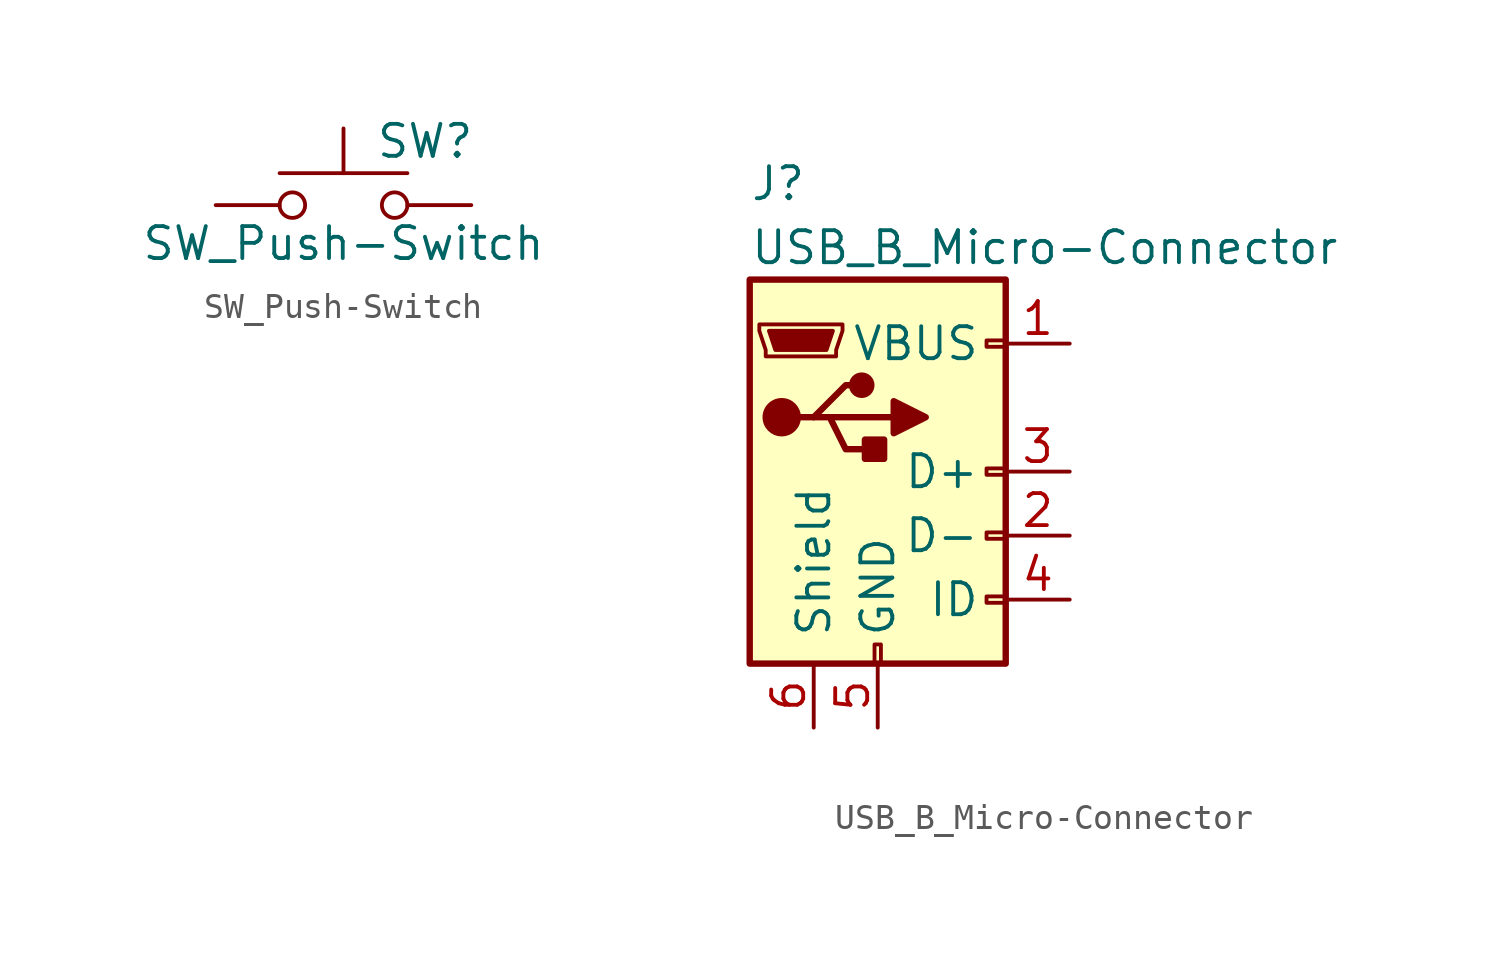
<source format=kicad_sym>
(kicad_symbol_lib
  (version 20210619)
  (generator kicad_symbol_editor)
  (symbol "FreeEEG32-ads131-rescue:SW_Push-Switch"
    (pin_numbers hide)
    (pin_names
      (offset 1.016) hide)
    (property "Reference" "SW"
      (at 1.27 2.54 0)
      (effects (font (size 1.27 1.27)) (justify left)))
    (property "Value" "SW_Push-Switch"
      (at 0 -1.524 0)
      (effects (font (size 1.27 1.27))))
    (symbol "SW_Push-Switch_0_1"
      (circle (center -2.032 0) (radius 0.508) (stroke (width 0)) (fill (type none)))
      (circle (center 2.032 0) (radius 0.508) (stroke (width 0)) (fill (type none)))
      (polyline (pts (xy 0 1.27) (xy 0 3.048)) (stroke (width 0)) (fill (type none)))
      (polyline (pts (xy 2.54 1.27) (xy -2.54 1.27)) (stroke (width 0)) (fill (type none)))
      (pin passive line (at -5.08 0 0) (length 2.54) (name "1" (effects (font (size 1.27 1.27)))) (number "1" (effects (font (size 1.27 1.27)))))
      (pin passive line (at 5.08 0 180) (length 2.54) (name "2" (effects (font (size 1.27 1.27)))) (number "2" (effects (font (size 1.27 1.27)))))))
  (symbol "FreeEEG32-ads131-rescue:USB_B_Micro-Connector"
    (pin_names
      (offset 1.016))
    (property "Reference" "J"
      (at -5.08 11.43 0)
      (effects (font (size 1.27 1.27)) (justify left)))
    (property "Value" "USB_B_Micro-Connector"
      (at -5.08 8.89 0)
      (effects (font (size 1.27 1.27)) (justify left)))
    (symbol "USB_B_Micro-Connector_0_1"
      (circle (center -3.81 2.159) (radius 0.635) (stroke (width 0.254)) (fill (type outline)))
      (circle (center -0.635 3.429) (radius 0.381) (stroke (width 0.254)) (fill (type outline)))
      (rectangle (start -0.127 -7.62) (end 0.127 -6.858) (stroke (width 0)) (fill (type none)))
      (rectangle (start 5.08 -5.207) (end 4.318 -4.953) (stroke (width 0)) (fill (type none)))
      (rectangle (start 5.08 -2.667) (end 4.318 -2.413) (stroke (width 0)) (fill (type none)))
      (rectangle (start 5.08 -0.127) (end 4.318 0.127) (stroke (width 0)) (fill (type none)))
      (rectangle (start 5.08 4.953) (end 4.318 5.207) (stroke (width 0)) (fill (type none)))
      (rectangle (start 0.254 1.27) (end -0.508 0.508) (stroke (width 0.254)) (fill (type outline)))
      (rectangle (start -5.08 -7.62) (end 5.08 7.62) (stroke (width 0.254)) (fill (type background)))
      (polyline (pts (xy -1.905 2.159) (xy 0.635 2.159)) (stroke (width 0.254)) (fill (type none)))
      (polyline (pts (xy -3.175 2.159) (xy -2.54 2.159) (xy -1.27 3.429) (xy -0.635 3.429)) (stroke (width 0.254)) (fill (type none)))
      (polyline (pts (xy -2.54 2.159) (xy -1.905 2.159) (xy -1.27 0.889) (xy 0 0.889)) (stroke (width 0.254)) (fill (type none)))
      (polyline (pts (xy -4.699 5.842) (xy -4.699 5.588) (xy -4.445 4.826) (xy -4.445 4.572) (xy -1.651 4.572) (xy -1.651 4.826) (xy -1.397 5.588) (xy -1.397 5.842) (xy -4.699 5.842)) (stroke (width 0)) (fill (type none)))
      (polyline (pts (xy 0.635 2.794) (xy 0.635 1.524) (xy 1.905 2.159) (xy 0.635 2.794)) (stroke (width 0.254)) (fill (type outline)))
      (polyline (pts (xy -4.318 5.588) (xy -1.778 5.588) (xy -2.032 4.826) (xy -4.064 4.826) (xy -4.318 5.588)) (stroke (width 0)) (fill (type outline))))
    (symbol "USB_B_Micro-Connector_1_1"
      (pin power_out line (at 7.62 5.08 180) (length 2.54) (name "VBUS" (effects (font (size 1.27 1.27)))) (number "1" (effects (font (size 1.27 1.27)))))
      (pin passive line (at 7.62 -2.54 180) (length 2.54) (name "D-" (effects (font (size 1.27 1.27)))) (number "2" (effects (font (size 1.27 1.27)))))
      (pin passive line (at 7.62 0 180) (length 2.54) (name "D+" (effects (font (size 1.27 1.27)))) (number "3" (effects (font (size 1.27 1.27)))))
      (pin passive line (at 7.62 -5.08 180) (length 2.54) (name "ID" (effects (font (size 1.27 1.27)))) (number "4" (effects (font (size 1.27 1.27)))))
      (pin power_out line (at 0 -10.16 90) (length 2.54) (name "GND" (effects (font (size 1.27 1.27)))) (number "5" (effects (font (size 1.27 1.27)))))
      (pin passive line (at -2.54 -10.16 90) (length 2.54) (name "Shield" (effects (font (size 1.27 1.27)))) (number "6" (effects (font (size 1.27 1.27))))))))
</source>
